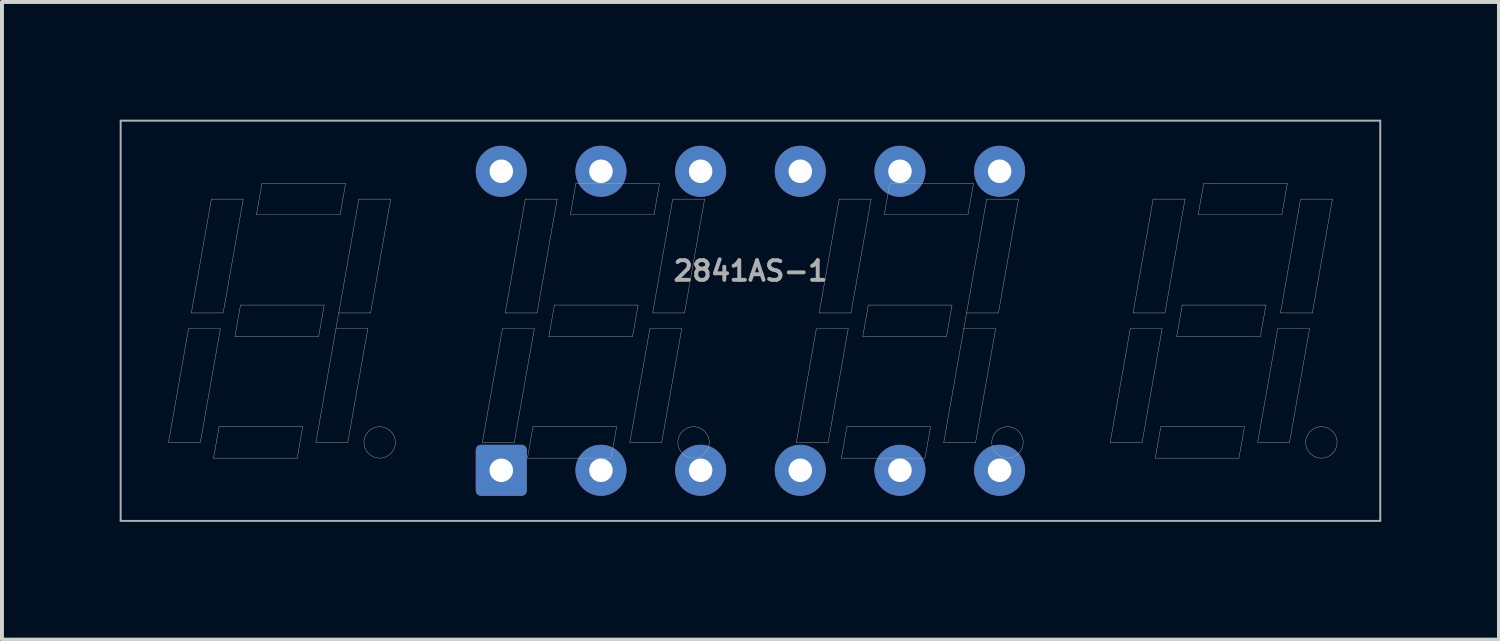
<source format=kicad_pcb>
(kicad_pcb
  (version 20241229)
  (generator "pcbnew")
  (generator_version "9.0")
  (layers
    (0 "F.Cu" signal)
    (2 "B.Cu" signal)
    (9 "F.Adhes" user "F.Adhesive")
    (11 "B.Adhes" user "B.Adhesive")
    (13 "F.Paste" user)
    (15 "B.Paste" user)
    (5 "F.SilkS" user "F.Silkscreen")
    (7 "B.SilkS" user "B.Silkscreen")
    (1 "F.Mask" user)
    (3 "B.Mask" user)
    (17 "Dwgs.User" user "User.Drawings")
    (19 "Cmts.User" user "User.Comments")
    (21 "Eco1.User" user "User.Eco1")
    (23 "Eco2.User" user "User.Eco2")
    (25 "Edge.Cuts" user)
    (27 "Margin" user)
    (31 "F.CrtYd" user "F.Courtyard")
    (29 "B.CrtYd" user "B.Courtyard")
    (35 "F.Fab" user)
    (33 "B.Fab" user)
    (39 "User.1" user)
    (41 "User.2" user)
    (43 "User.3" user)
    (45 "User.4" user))
  (footprint "2841AS-1"
    (layer "F.Cu")
    (at 16.075 5.125)
    (property "Reference" "2841AS-1" (at 0 -1.27 0) (layer "F.Fab") (effects (font (size 0.5 0.5) (thickness 0.1))))
    (attr through_hole)
    (fp_line (start -16.05 -5.1) (end -16.05 5.1) (stroke (width 0.05) (type solid)) (layer "F.Fab"))
    (fp_line (start -16.05 -5.1) (end 16.05 -5.1) (stroke (width 0.05) (type solid)) (layer "F.Fab"))
    (fp_line (start -16.05 5.1) (end 16.05 5.1) (stroke (width 0.05) (type solid)) (layer "F.Fab"))
    (fp_line (start -14.831 3.1) (end -14.32 0.2) (stroke (width 0.01) (type solid)) (layer "F.Fab"))
    (fp_line (start -14.32 0.2) (end -13.508 0.2) (stroke (width 0.01) (type solid)) (layer "F.Fab"))
    (fp_line (start -14.249 -0.2) (end -13.738 -3.1) (stroke (width 0.01) (type solid)) (layer "F.Fab"))
    (fp_line (start -14.019 3.1) (end -14.831 3.1) (stroke (width 0.01) (type solid)) (layer "F.Fab"))
    (fp_line (start -13.738 -3.1) (end -12.926 -3.1) (stroke (width 0.01) (type solid)) (layer "F.Fab"))
    (fp_line (start -13.683 3.5) (end -13.542 2.7) (stroke (width 0.01) (type solid)) (layer "F.Fab"))
    (fp_line (start -13.542 2.7) (end -11.41 2.7) (stroke (width 0.01) (type solid)) (layer "F.Fab"))
    (fp_line (start -13.508 0.2) (end -14.019 3.1) (stroke (width 0.01) (type solid)) (layer "F.Fab"))
    (fp_line (start -13.437 -0.2) (end -14.249 -0.2) (stroke (width 0.01) (type solid)) (layer "F.Fab"))
    (fp_line (start -13.137 0.4) (end -12.996 -0.4) (stroke (width 0.01) (type solid)) (layer "F.Fab"))
    (fp_line (start -12.996 -0.4) (end -10.863 -0.4) (stroke (width 0.01) (type solid)) (layer "F.Fab"))
    (fp_line (start -12.926 -3.1) (end -13.437 -0.2) (stroke (width 0.01) (type solid)) (layer "F.Fab"))
    (fp_line (start -12.59 -2.7) (end -10.458 -2.7) (stroke (width 0.01) (type solid)) (layer "F.Fab"))
    (fp_line (start -12.449 -3.5) (end -12.59 -2.7) (stroke (width 0.01) (type solid)) (layer "F.Fab"))
    (fp_line (start -11.551 3.5) (end -13.683 3.5) (stroke (width 0.01) (type solid)) (layer "F.Fab"))
    (fp_line (start -11.41 2.7) (end -11.551 3.5) (stroke (width 0.01) (type solid)) (layer "F.Fab"))
    (fp_line (start -11.074 3.1) (end -10.563 0.2) (stroke (width 0.01) (type solid)) (layer "F.Fab"))
    (fp_line (start -11.004 0.4) (end -13.137 0.4) (stroke (width 0.01) (type solid)) (layer "F.Fab"))
    (fp_line (start -10.863 -0.4) (end -11.004 0.4) (stroke (width 0.01) (type solid)) (layer "F.Fab"))
    (fp_line (start -10.563 0.2) (end -9.751 0.2) (stroke (width 0.01) (type solid)) (layer "F.Fab"))
    (fp_line (start -10.492 -0.2) (end -10.563 0.2) (stroke (width 0.01) (type solid)) (layer "F.Fab"))
    (fp_line (start -10.492 -0.2) (end -9.981 -3.1) (stroke (width 0.01) (type solid)) (layer "F.Fab"))
    (fp_line (start -10.458 -2.7) (end -10.317 -3.5) (stroke (width 0.01) (type solid)) (layer "F.Fab"))
    (fp_line (start -10.317 -3.5) (end -12.449 -3.5) (stroke (width 0.01) (type solid)) (layer "F.Fab"))
    (fp_line (start -10.262 3.1) (end -11.074 3.1) (stroke (width 0.01) (type solid)) (layer "F.Fab"))
    (fp_line (start -9.981 -3.1) (end -9.169 -3.1) (stroke (width 0.01) (type solid)) (layer "F.Fab"))
    (fp_line (start -9.751 0.2) (end -10.262 3.1) (stroke (width 0.01) (type solid)) (layer "F.Fab"))
    (fp_line (start -9.68 -0.2) (end -10.492 -0.2) (stroke (width 0.01) (type solid)) (layer "F.Fab"))
    (fp_line (start -9.169 -3.1) (end -9.68 -0.2) (stroke (width 0.01) (type solid)) (layer "F.Fab"))
    (fp_line (start -6.831 3.1) (end -6.32 0.2) (stroke (width 0.01) (type solid)) (layer "F.Fab"))
    (fp_line (start -6.32 0.2) (end -5.508 0.2) (stroke (width 0.01) (type solid)) (layer "F.Fab"))
    (fp_line (start -6.249 -0.2) (end -5.738 -3.1) (stroke (width 0.01) (type solid)) (layer "F.Fab"))
    (fp_line (start -6.019 3.1) (end -6.831 3.1) (stroke (width 0.01) (type solid)) (layer "F.Fab"))
    (fp_line (start -5.738 -3.1) (end -4.926 -3.1) (stroke (width 0.01) (type solid)) (layer "F.Fab"))
    (fp_line (start -5.683 3.5) (end -5.542 2.7) (stroke (width 0.01) (type solid)) (layer "F.Fab"))
    (fp_line (start -5.542 2.7) (end -3.41 2.7) (stroke (width 0.01) (type solid)) (layer "F.Fab"))
    (fp_line (start -5.508 0.2) (end -6.019 3.1) (stroke (width 0.01) (type solid)) (layer "F.Fab"))
    (fp_line (start -5.437 -0.2) (end -6.249 -0.2) (stroke (width 0.01) (type solid)) (layer "F.Fab"))
    (fp_line (start -5.137 0.4) (end -4.996 -0.4) (stroke (width 0.01) (type solid)) (layer "F.Fab"))
    (fp_line (start -4.996 -0.4) (end -2.863 -0.4) (stroke (width 0.01) (type solid)) (layer "F.Fab"))
    (fp_line (start -4.926 -3.1) (end -5.437 -0.2) (stroke (width 0.01) (type solid)) (layer "F.Fab"))
    (fp_line (start -4.59 -2.7) (end -2.458 -2.7) (stroke (width 0.01) (type solid)) (layer "F.Fab"))
    (fp_line (start -4.449 -3.5) (end -4.59 -2.7) (stroke (width 0.01) (type solid)) (layer "F.Fab"))
    (fp_line (start -3.551 3.5) (end -5.683 3.5) (stroke (width 0.01) (type solid)) (layer "F.Fab"))
    (fp_line (start -3.41 2.7) (end -3.551 3.5) (stroke (width 0.01) (type solid)) (layer "F.Fab"))
    (fp_line (start -3.074 3.1) (end -2.563 0.2) (stroke (width 0.01) (type solid)) (layer "F.Fab"))
    (fp_line (start -3.004 0.4) (end -5.137 0.4) (stroke (width 0.01) (type solid)) (layer "F.Fab"))
    (fp_line (start -2.863 -0.4) (end -3.004 0.4) (stroke (width 0.01) (type solid)) (layer "F.Fab"))
    (fp_line (start -2.563 0.2) (end -1.751 0.2) (stroke (width 0.01) (type solid)) (layer "F.Fab"))
    (fp_line (start -2.492 -0.2) (end -1.981 -3.1) (stroke (width 0.01) (type solid)) (layer "F.Fab"))
    (fp_line (start -2.458 -2.7) (end -2.317 -3.5) (stroke (width 0.01) (type solid)) (layer "F.Fab"))
    (fp_line (start -2.317 -3.5) (end -4.449 -3.5) (stroke (width 0.01) (type solid)) (layer "F.Fab"))
    (fp_line (start -2.262 3.1) (end -3.074 3.1) (stroke (width 0.01) (type solid)) (layer "F.Fab"))
    (fp_line (start -1.981 -3.1) (end -1.169 -3.1) (stroke (width 0.01) (type solid)) (layer "F.Fab"))
    (fp_line (start -1.751 0.2) (end -2.262 3.1) (stroke (width 0.01) (type solid)) (layer "F.Fab"))
    (fp_line (start -1.68 -0.2) (end -2.492 -0.2) (stroke (width 0.01) (type solid)) (layer "F.Fab"))
    (fp_line (start -1.169 -3.1) (end -1.68 -0.2) (stroke (width 0.01) (type solid)) (layer "F.Fab"))
    (fp_line (start 1.169 3.1) (end 1.68 0.2) (stroke (width 0.01) (type solid)) (layer "F.Fab"))
    (fp_line (start 1.68 0.2) (end 2.492 0.2) (stroke (width 0.01) (type solid)) (layer "F.Fab"))
    (fp_line (start 1.751 -0.2) (end 2.262 -3.1) (stroke (width 0.01) (type solid)) (layer "F.Fab"))
    (fp_line (start 1.981 3.1) (end 1.169 3.1) (stroke (width 0.01) (type solid)) (layer "F.Fab"))
    (fp_line (start 2.262 -3.1) (end 3.074 -3.1) (stroke (width 0.01) (type solid)) (layer "F.Fab"))
    (fp_line (start 2.317 3.5) (end 2.458 2.7) (stroke (width 0.01) (type solid)) (layer "F.Fab"))
    (fp_line (start 2.458 2.7) (end 4.59 2.7) (stroke (width 0.01) (type solid)) (layer "F.Fab"))
    (fp_line (start 2.492 0.2) (end 1.981 3.1) (stroke (width 0.01) (type solid)) (layer "F.Fab"))
    (fp_line (start 2.563 -0.2) (end 1.751 -0.2) (stroke (width 0.01) (type solid)) (layer "F.Fab"))
    (fp_line (start 2.863 0.4) (end 3.004 -0.4) (stroke (width 0.01) (type solid)) (layer "F.Fab"))
    (fp_line (start 3.004 -0.4) (end 5.137 -0.4) (stroke (width 0.01) (type solid)) (layer "F.Fab"))
    (fp_line (start 3.074 -3.1) (end 2.563 -0.2) (stroke (width 0.01) (type solid)) (layer "F.Fab"))
    (fp_line (start 3.41 -2.7) (end 5.542 -2.7) (stroke (width 0.01) (type solid)) (layer "F.Fab"))
    (fp_line (start 3.551 -3.5) (end 3.41 -2.7) (stroke (width 0.01) (type solid)) (layer "F.Fab"))
    (fp_line (start 4.449 3.5) (end 2.317 3.5) (stroke (width 0.01) (type solid)) (layer "F.Fab"))
    (fp_line (start 4.59 2.7) (end 4.449 3.5) (stroke (width 0.01) (type solid)) (layer "F.Fab"))
    (fp_line (start 4.926 3.1) (end 5.437 0.2) (stroke (width 0.01) (type solid)) (layer "F.Fab"))
    (fp_line (start 4.996 0.4) (end 2.863 0.4) (stroke (width 0.01) (type solid)) (layer "F.Fab"))
    (fp_line (start 5.137 -0.4) (end 4.996 0.4) (stroke (width 0.01) (type solid)) (layer "F.Fab"))
    (fp_line (start 5.437 0.2) (end 6.249 0.2) (stroke (width 0.01) (type solid)) (layer "F.Fab"))
    (fp_line (start 5.508 -0.2) (end 5.437 0.2) (stroke (width 0.01) (type solid)) (layer "F.Fab"))
    (fp_line (start 5.508 -0.2) (end 6.019 -3.1) (stroke (width 0.01) (type solid)) (layer "F.Fab"))
    (fp_line (start 5.542 -2.7) (end 5.683 -3.5) (stroke (width 0.01) (type solid)) (layer "F.Fab"))
    (fp_line (start 5.683 -3.5) (end 3.551 -3.5) (stroke (width 0.01) (type solid)) (layer "F.Fab"))
    (fp_line (start 5.738 3.1) (end 4.926 3.1) (stroke (width 0.01) (type solid)) (layer "F.Fab"))
    (fp_line (start 6.019 -3.1) (end 6.831 -3.1) (stroke (width 0.01) (type solid)) (layer "F.Fab"))
    (fp_line (start 6.249 0.2) (end 5.738 3.1) (stroke (width 0.01) (type solid)) (layer "F.Fab"))
    (fp_line (start 6.32 -0.2) (end 5.508 -0.2) (stroke (width 0.01) (type solid)) (layer "F.Fab"))
    (fp_line (start 6.831 -3.1) (end 6.32 -0.2) (stroke (width 0.01) (type solid)) (layer "F.Fab"))
    (fp_line (start 9.169 3.1) (end 9.68 0.2) (stroke (width 0.01) (type solid)) (layer "F.Fab"))
    (fp_line (start 9.68 0.2) (end 10.492 0.2) (stroke (width 0.01) (type solid)) (layer "F.Fab"))
    (fp_line (start 9.751 -0.2) (end 10.262 -3.1) (stroke (width 0.01) (type solid)) (layer "F.Fab"))
    (fp_line (start 9.981 3.1) (end 9.169 3.1) (stroke (width 0.01) (type solid)) (layer "F.Fab"))
    (fp_line (start 10.262 -3.1) (end 11.074 -3.1) (stroke (width 0.01) (type solid)) (layer "F.Fab"))
    (fp_line (start 10.317 3.5) (end 10.458 2.7) (stroke (width 0.01) (type solid)) (layer "F.Fab"))
    (fp_line (start 10.458 2.7) (end 12.59 2.7) (stroke (width 0.01) (type solid)) (layer "F.Fab"))
    (fp_line (start 10.492 0.2) (end 9.981 3.1) (stroke (width 0.01) (type solid)) (layer "F.Fab"))
    (fp_line (start 10.563 -0.2) (end 9.751 -0.2) (stroke (width 0.01) (type solid)) (layer "F.Fab"))
    (fp_line (start 10.863 0.4) (end 11.004 -0.4) (stroke (width 0.01) (type solid)) (layer "F.Fab"))
    (fp_line (start 11.004 -0.4) (end 13.137 -0.4) (stroke (width 0.01) (type solid)) (layer "F.Fab"))
    (fp_line (start 11.074 -3.1) (end 10.563 -0.2) (stroke (width 0.01) (type solid)) (layer "F.Fab"))
    (fp_line (start 11.41 -2.7) (end 13.542 -2.7) (stroke (width 0.01) (type solid)) (layer "F.Fab"))
    (fp_line (start 11.551 -3.5) (end 11.41 -2.7) (stroke (width 0.01) (type solid)) (layer "F.Fab"))
    (fp_line (start 12.449 3.5) (end 10.317 3.5) (stroke (width 0.01) (type solid)) (layer "F.Fab"))
    (fp_line (start 12.59 2.7) (end 12.449 3.5) (stroke (width 0.01) (type solid)) (layer "F.Fab"))
    (fp_line (start 12.926 3.1) (end 13.437 0.2) (stroke (width 0.01) (type solid)) (layer "F.Fab"))
    (fp_line (start 12.996 0.4) (end 10.863 0.4) (stroke (width 0.01) (type solid)) (layer "F.Fab"))
    (fp_line (start 13.137 -0.4) (end 12.996 0.4) (stroke (width 0.01) (type solid)) (layer "F.Fab"))
    (fp_line (start 13.437 0.2) (end 14.249 0.2) (stroke (width 0.01) (type solid)) (layer "F.Fab"))
    (fp_line (start 13.508 -0.2) (end 14.019 -3.1) (stroke (width 0.01) (type solid)) (layer "F.Fab"))
    (fp_line (start 13.542 -2.7) (end 13.683 -3.5) (stroke (width 0.01) (type solid)) (layer "F.Fab"))
    (fp_line (start 13.683 -3.5) (end 11.551 -3.5) (stroke (width 0.01) (type solid)) (layer "F.Fab"))
    (fp_line (start 13.738 3.1) (end 12.926 3.1) (stroke (width 0.01) (type solid)) (layer "F.Fab"))
    (fp_line (start 14.019 -3.1) (end 14.831 -3.1) (stroke (width 0.01) (type solid)) (layer "F.Fab"))
    (fp_line (start 14.249 0.2) (end 13.738 3.1) (stroke (width 0.01) (type solid)) (layer "F.Fab"))
    (fp_line (start 14.32 -0.2) (end 13.508 -0.2) (stroke (width 0.01) (type solid)) (layer "F.Fab"))
    (fp_line (start 14.831 -3.1) (end 14.32 -0.2) (stroke (width 0.01) (type solid)) (layer "F.Fab"))
    (fp_line (start 16.05 -5.1) (end 16.05 5.1) (stroke (width 0.05) (type solid)) (layer "F.Fab"))
    (fp_circle (center -9.45 3.1) (end -9.05 3.1) (stroke (width 0.01) (type solid)) (fill no) (layer "F.Fab"))
    (fp_circle (center -1.45 3.1) (end -1.05 3.1) (stroke (width 0.01) (type solid)) (fill no) (layer "F.Fab"))
    (fp_circle (center 6.55 3.1) (end 6.95 3.1) (stroke (width 0.01) (type solid)) (fill no) (layer "F.Fab"))
    (fp_circle (center 14.55 3.1) (end 14.95 3.1) (stroke (width 0.01) (type solid)) (fill no) (layer "F.Fab"))
    (pad "1" thru_hole roundrect (at -6.35 3.81) (size 1.3 1.3) (drill 0.6) (layers "*.Cu" "*.Mask") (roundrect_rratio 0.1))
    (pad "2" thru_hole circle (at -3.81 3.81) (size 1.3 1.3) (drill 0.6) (layers "*.Cu" "*.Mask"))
    (pad "3" thru_hole circle (at -1.27 3.81) (size 1.3 1.3) (drill 0.6) (layers "*.Cu" "*.Mask"))
    (pad "4" thru_hole circle (at 1.27 3.81) (size 1.3 1.3) (drill 0.6) (layers "*.Cu" "*.Mask"))
    (pad "5" thru_hole circle (at 3.81 3.81) (size 1.3 1.3) (drill 0.6) (layers "*.Cu" "*.Mask"))
    (pad "6" thru_hole circle (at 6.35 3.81) (size 1.3 1.3) (drill 0.6) (layers "*.Cu" "*.Mask"))
    (pad "7" thru_hole circle (at 6.35 -3.81) (size 1.3 1.3) (drill 0.6) (layers "*.Cu" "*.Mask"))
    (pad "8" thru_hole circle (at 3.81 -3.81) (size 1.3 1.3) (drill 0.6) (layers "*.Cu" "*.Mask"))
    (pad "9" thru_hole circle (at 1.27 -3.81) (size 1.3 1.3) (drill 0.6) (layers "*.Cu" "*.Mask"))
    (pad "10" thru_hole circle (at -1.27 -3.81) (size 1.3 1.3) (drill 0.6) (layers "*.Cu" "*.Mask"))
    (pad "11" thru_hole circle (at -3.81 -3.81) (size 1.3 1.3) (drill 0.6) (layers "*.Cu" "*.Mask"))
    (pad "12" thru_hole circle (at -6.35 -3.81) (size 1.3 1.3) (drill 0.6) (layers "*.Cu" "*.Mask")))
  (gr_rect
    (start -3 -3)
    (end 35.15 13.25)
    (stroke (width 0.1) (type default))
    (fill no)
    (layer "Edge.Cuts")))
</source>
